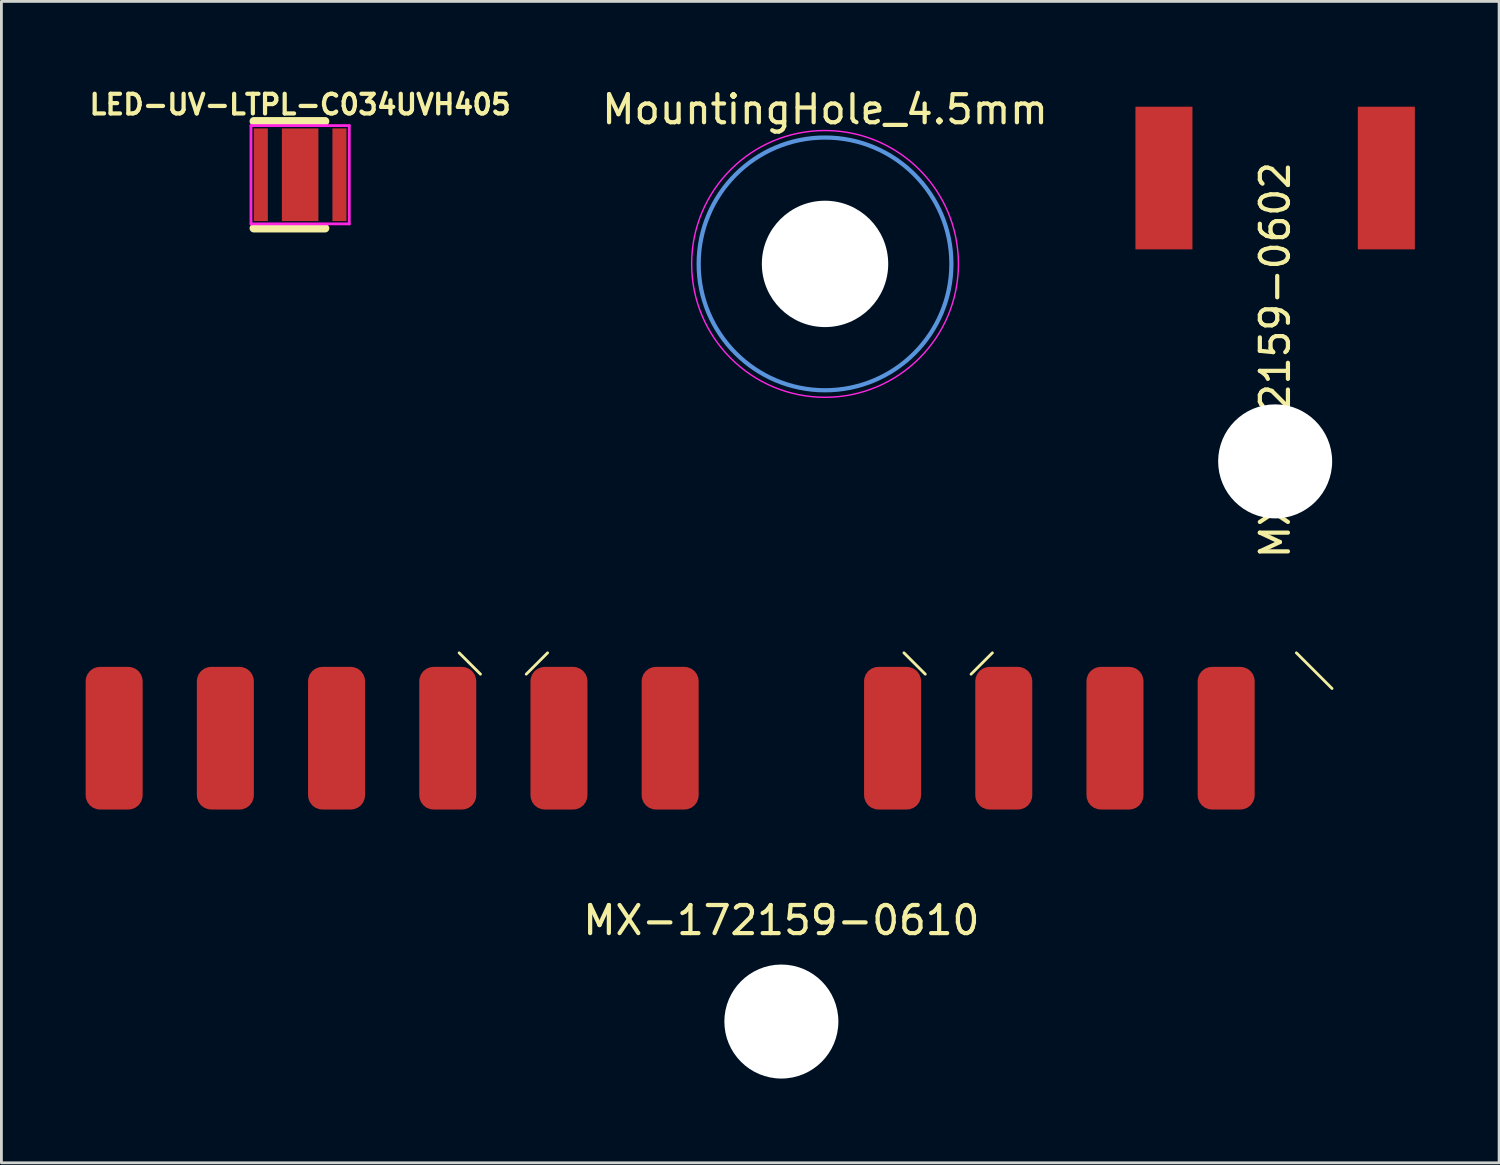
<source format=kicad_pcb>
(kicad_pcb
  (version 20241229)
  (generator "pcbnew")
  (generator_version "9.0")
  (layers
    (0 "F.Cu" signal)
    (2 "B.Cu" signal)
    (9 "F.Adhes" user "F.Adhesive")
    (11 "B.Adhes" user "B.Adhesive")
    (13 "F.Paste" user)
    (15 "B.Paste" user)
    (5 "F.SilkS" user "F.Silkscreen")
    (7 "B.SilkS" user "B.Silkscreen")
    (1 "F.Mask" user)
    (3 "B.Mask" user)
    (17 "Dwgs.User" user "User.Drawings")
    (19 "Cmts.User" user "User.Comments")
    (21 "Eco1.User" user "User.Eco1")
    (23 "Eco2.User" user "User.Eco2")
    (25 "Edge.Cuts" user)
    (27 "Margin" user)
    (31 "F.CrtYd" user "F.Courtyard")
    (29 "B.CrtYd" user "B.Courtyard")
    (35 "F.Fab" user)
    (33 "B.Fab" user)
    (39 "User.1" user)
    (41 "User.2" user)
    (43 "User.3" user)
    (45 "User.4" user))
  (footprint "MX-172159-0610"
    (layer "F.Cu")
    (at 24.775 20.198)
    (property "Reference" "MX-172159-0610" (at 0 9.525 0) (layer "F.SilkS") (effects (font (size 1 1) (thickness 0.15))))
    (attr through_hole)
    (fp_line (start -10.715 0.76) (end -11.475 0) (stroke (width 0.1) (type solid)) (layer "F.SilkS"))
    (fp_line (start -9.085 0.76) (end -8.325 0) (stroke (width 0.1) (type solid)) (layer "F.SilkS"))
    (fp_line (start 5.125 0.76) (end 4.365 0) (stroke (width 0.1) (type solid)) (layer "F.SilkS"))
    (fp_line (start 6.755 0.76) (end 7.515 0) (stroke (width 0.1) (type solid)) (layer "F.SilkS"))
    (fp_line (start 19.61 1.27) (end 18.34 0) (stroke (width 0.1) (type solid)) (layer "F.SilkS"))
    (pad "" np_thru_hole circle (at 0 13.13) (size 4.06 4.06) (drill 4.06) (layers "*.Cu" "*.Mask"))
    (pad "1" smd roundrect (at 15.84 3.04) (size 2.03 5.08) (layers "F.Cu" "F.Mask") (roundrect_rratio 0.25))
    (pad "2" smd roundrect (at 11.88 3.04) (size 2.03 5.08) (layers "F.Cu" "F.Mask") (roundrect_rratio 0.25))
    (pad "3" smd roundrect (at 7.92 3.04) (size 2.03 5.08) (layers "F.Cu" "F.Mask") (roundrect_rratio 0.25))
    (pad "4" smd roundrect (at 3.96 3.04) (size 2.03 5.08) (layers "F.Cu" "F.Mask") (roundrect_rratio 0.25))
    (pad "5" smd roundrect (at -3.96 3.04) (size 2.03 5.08) (layers "F.Cu" "F.Mask") (roundrect_rratio 0.25))
    (pad "6" smd roundrect (at -7.92 3.04) (size 2.03 5.08) (layers "F.Cu" "F.Mask") (roundrect_rratio 0.25))
    (pad "7" smd roundrect (at -11.88 3.04) (size 2.03 5.08) (layers "F.Cu" "F.Mask") (roundrect_rratio 0.25))
    (pad "8" smd roundrect (at -15.84 3.04) (size 2.03 5.08) (layers "F.Cu" "F.Mask") (roundrect_rratio 0.25))
    (pad "9" smd roundrect (at -19.8 3.04) (size 2.03 5.08) (layers "F.Cu" "F.Mask") (roundrect_rratio 0.25))
    (pad "10" smd roundrect (at -23.76 3.04) (size 2.03 5.08) (layers "F.Cu" "F.Mask") (roundrect_rratio 0.25)))
  (footprint "MX-172159-0602"
    (layer "F.Cu")
    (at 42.359 0.25)
    (property "Reference" "MX-172159-0602" (at 0 9.525 270) (layer "F.SilkS") (effects (font (size 1 1) (thickness 0.15))))
    (attr through_hole)
    (pad "" np_thru_hole circle (at 0 13.13) (size 4.06 4.06) (drill 4.06) (layers "*.Cu" "*.Mask"))
    (pad "1" smd rect (at 3.96 3.04) (size 2.03 5.08) (layers "F.Cu" "F.Mask"))
    (pad "2" smd rect (at -3.96 3.04) (size 2.03 5.08) (layers "F.Cu" "F.Mask")))
  (footprint "LED-UV-LTPL-C034UVH405"
    (layer "F.Cu")
    (at 7.638 3.173)
    (property "Reference" "LED-UV-LTPL-C034UVH405" (at 0 -2.5 0) (layer "F.SilkS") (effects (font (size 0.7 0.7) (thickness 0.15))))
    (attr smd)
    (fp_line (start -1.651 -1.905) (end 0.889 -1.905) (stroke (width 0.3) (type solid)) (layer "F.SilkS"))
    (fp_line (start 0.889 1.905) (end -1.651 1.905) (stroke (width 0.3) (type solid)) (layer "F.SilkS"))
    (fp_line (start -1.75 -1.75) (end 1.75 -1.75) (stroke (width 0.1) (type solid)) (layer "F.CrtYd"))
    (fp_line (start -1.75 1.75) (end -1.75 -1.75) (stroke (width 0.1) (type solid)) (layer "F.CrtYd"))
    (fp_line (start 1.75 -1.75) (end 1.75 1.75) (stroke (width 0.1) (type solid)) (layer "F.CrtYd"))
    (fp_line (start 1.75 1.75) (end -1.75 1.75) (stroke (width 0.1) (type solid)) (layer "F.CrtYd"))
    (pad "1" smd rect (at -1.4 0) (size 0.5 3.3) (layers "F.Cu" "F.Mask" "F.Paste"))
    (pad "2" smd rect (at 1.4 0) (size 0.5 3.3) (layers "F.Cu" "F.Mask" "F.Paste"))
    (pad "3" smd rect (at 0 0) (size 1.3 3.3) (layers "F.Cu" "F.Mask" "F.Paste")))
  (footprint "MountingHole_4.5mm"
    (layer "F.Cu")
    (at 26.33 6.348)
    (property "Reference" "MountingHole_4.5mm" (at 0 -5.5 0) (layer "F.SilkS") (effects (font (size 1 1) (thickness 0.15))))
    (attr through_hole)
    (fp_circle (center 0 0) (end 4.5 0) (stroke (width 0.15) (type solid)) (fill no) (layer "Cmts.User"))
    (fp_circle (center 0 0) (end 4.75 0) (stroke (width 0.05) (type solid)) (fill no) (layer "F.CrtYd"))
    (pad "" np_thru_hole circle (at 0 0) (size 4.5 4.5) (drill 4.5) (layers "*.Cu" "*.Mask")))
  (gr_rect
    (start -3 -3)
    (end 50.334 38.358)
    (stroke (width 0.1) (type default))
    (fill no)
    (layer "Edge.Cuts")))
</source>
